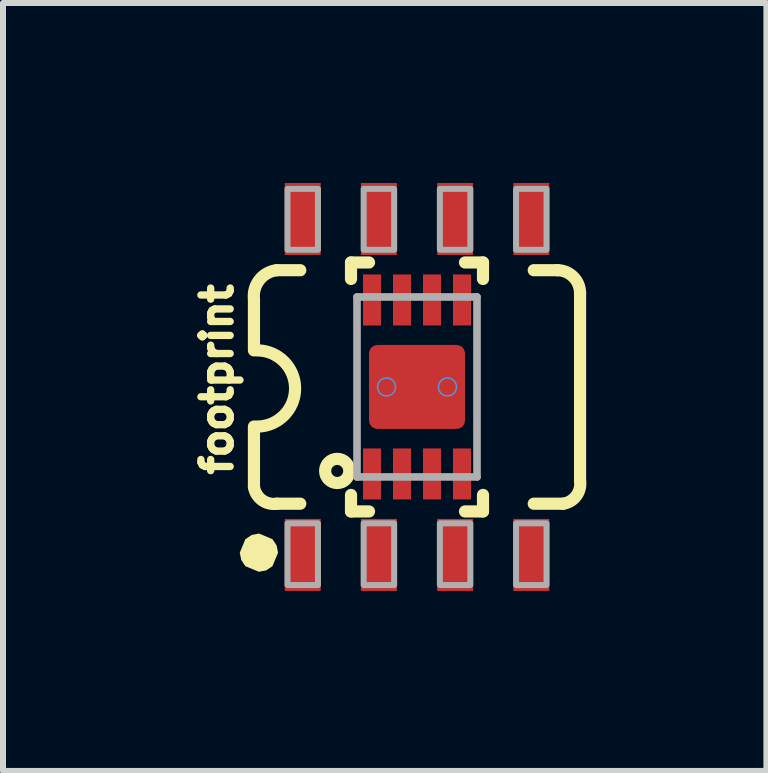
<source format=kicad_pcb>
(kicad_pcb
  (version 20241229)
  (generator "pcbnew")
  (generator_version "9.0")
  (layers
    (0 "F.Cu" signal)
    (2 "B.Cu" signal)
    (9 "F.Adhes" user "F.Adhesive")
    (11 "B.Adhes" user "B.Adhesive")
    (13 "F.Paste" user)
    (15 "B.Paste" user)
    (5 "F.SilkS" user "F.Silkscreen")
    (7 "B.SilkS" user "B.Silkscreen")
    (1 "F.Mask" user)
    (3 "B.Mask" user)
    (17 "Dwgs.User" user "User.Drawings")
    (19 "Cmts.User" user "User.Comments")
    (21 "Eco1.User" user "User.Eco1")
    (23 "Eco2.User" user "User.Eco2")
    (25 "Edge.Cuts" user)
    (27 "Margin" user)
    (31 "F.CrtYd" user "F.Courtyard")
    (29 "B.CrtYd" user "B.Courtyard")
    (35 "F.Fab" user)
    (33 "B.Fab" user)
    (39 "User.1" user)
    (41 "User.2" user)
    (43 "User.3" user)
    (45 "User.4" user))
  (footprint "footprint"
    (layer "F.Cu")
    (at 3.901 3.4)
    (property "Reference" "footprint" (at -3.048 -0.127 90) (layer "F.SilkS") (effects (font (size 0.488 0.488) (thickness 0.122)) (justify bottom)))
    (fp_line (start -2.718 -1.453) (end -2.718 -0.61) (stroke (width 0.203) (type solid)) (layer "F.SilkS"))
    (fp_line (start -2.718 1.665) (end -2.718 0.66) (stroke (width 0.203) (type solid)) (layer "F.SilkS"))
    (fp_line (start -2.337 1.946) (end -1.946 1.946) (stroke (width 0.203) (type solid)) (layer "F.SilkS"))
    (fp_line (start -1.946 -1.946) (end -2.337 -1.946) (stroke (width 0.203) (type solid)) (layer "F.SilkS"))
    (fp_line (start -1.1 -2.075) (end -0.8 -2.075) (stroke (width 0.203) (type solid)) (layer "F.SilkS"))
    (fp_line (start -1.1 -1.8) (end -1.1 -2.075) (stroke (width 0.203) (type solid)) (layer "F.SilkS"))
    (fp_line (start -1.1 2.075) (end -1.1 1.8) (stroke (width 0.203) (type solid)) (layer "F.SilkS"))
    (fp_line (start -0.8 2.075) (end -1.1 2.075) (stroke (width 0.203) (type solid)) (layer "F.SilkS"))
    (fp_line (start 0.8 -2.075) (end 1.1 -2.075) (stroke (width 0.203) (type solid)) (layer "F.SilkS"))
    (fp_line (start 1.1 -2.075) (end 1.1 -1.8) (stroke (width 0.203) (type solid)) (layer "F.SilkS"))
    (fp_line (start 1.1 1.8) (end 1.1 2.075) (stroke (width 0.203) (type solid)) (layer "F.SilkS"))
    (fp_line (start 1.1 2.075) (end 0.8 2.075) (stroke (width 0.203) (type solid)) (layer "F.SilkS"))
    (fp_line (start 1.946 1.946) (end 2.437 1.946) (stroke (width 0.203) (type solid)) (layer "F.SilkS"))
    (fp_line (start 2.337 -1.946) (end 1.946 -1.946) (stroke (width 0.203) (type solid)) (layer "F.SilkS"))
    (fp_line (start 2.718 1.565) (end 2.718 -1.565) (stroke (width 0.203) (type solid)) (layer "F.SilkS"))
    (fp_arc (start -2.7178 -1.4653) (mid -2.626948 -1.784731) (end -2.3368 -1.9463) (stroke (width 0.2032) (type solid)) (layer "F.SilkS"))
    (fp_arc (start -2.667 -0.6096) (mid -2.032 0.0254) (end -2.667 0.6604) (stroke (width 0.2032) (type solid)) (layer "F.SilkS"))
    (fp_arc (start -2.336799 1.946301) (mid -2.58554 1.884767) (end -2.7178 1.6653) (stroke (width 0.2032) (type solid)) (layer "F.SilkS"))
    (fp_arc (start 2.3368 -1.9463) (mid 2.606237 -1.834736) (end 2.7178 -1.565298) (stroke (width 0.2032) (type solid)) (layer "F.SilkS"))
    (fp_arc (start 2.7178 1.5653) (mid 2.656208 1.813997) (end 2.4368 1.9463) (stroke (width 0.2032) (type solid)) (layer "F.SilkS"))
    (fp_circle (center -1.33 1.4) (end -1.23 1.4) (stroke (width 0.203) (type solid)) (fill no) (layer "F.SilkS"))
    (fp_poly (pts (xy -2.41 2.537) (xy -2.341 2.64) (xy -2.316 2.762) (xy -2.41 2.988) (xy -2.513 3.057) (xy -2.635 3.081) (xy -2.861 2.988) (xy -2.93 2.884) (xy -2.954 2.762) (xy -2.861 2.537) (xy -2.757 2.468) (xy -2.635 2.443)) (stroke (width 0) (type solid)) (fill yes) (layer "F.SilkS"))
    (fp_poly (pts (xy -0.635 0.381) (xy 0.635 0.381) (xy 0.635 -0.381) (xy -0.635 -0.381)) (stroke (width 0) (type solid)) (fill yes) (layer "F.Paste"))
    (fp_circle (center -0.508 0) (end -0.358 0) (stroke (width 0.025) (type solid)) (fill no) (layer "Cmts.User"))
    (fp_circle (center 0.508 0) (end 0.658 0) (stroke (width 0.025) (type solid)) (fill no) (layer "Cmts.User"))
    (fp_line (start -1 -1.5) (end 1 -1.5) (stroke (width 0.127) (type solid)) (layer "F.Fab"))
    (fp_line (start -1 1.5) (end -1 -1.5) (stroke (width 0.127) (type solid)) (layer "F.Fab"))
    (fp_line (start 1 -1.5) (end 1 1.5) (stroke (width 0.127) (type solid)) (layer "F.Fab"))
    (fp_line (start 1 1.5) (end -1 1.5) (stroke (width 0.127) (type solid)) (layer "F.Fab"))
    (fp_poly (pts (xy -2.159 -2.286) (xy -1.651 -2.286) (xy -1.651 -3.302) (xy -2.159 -3.302)) (stroke (width 0.1) (type solid)) (fill no) (layer "F.Fab"))
    (fp_poly (pts (xy -2.159 3.302) (xy -1.651 3.302) (xy -1.651 2.273) (xy -2.159 2.273)) (stroke (width 0.1) (type solid)) (fill no) (layer "F.Fab"))
    (fp_poly (pts (xy -0.889 -2.286) (xy -0.381 -2.286) (xy -0.381 -3.302) (xy -0.889 -3.302)) (stroke (width 0.1) (type solid)) (fill no) (layer "F.Fab"))
    (fp_poly (pts (xy -0.889 3.302) (xy -0.381 3.302) (xy -0.381 2.273) (xy -0.889 2.273)) (stroke (width 0.1) (type solid)) (fill no) (layer "F.Fab"))
    (fp_poly (pts (xy 0.381 -2.286) (xy 0.889 -2.286) (xy 0.889 -3.302) (xy 0.381 -3.302)) (stroke (width 0.1) (type solid)) (fill no) (layer "F.Fab"))
    (fp_poly (pts (xy 0.381 3.302) (xy 0.889 3.302) (xy 0.889 2.273) (xy 0.381 2.273)) (stroke (width 0.1) (type solid)) (fill no) (layer "F.Fab"))
    (fp_poly (pts (xy 1.651 -2.286) (xy 2.159 -2.286) (xy 2.159 -3.302) (xy 1.651 -3.302)) (stroke (width 0.1) (type solid)) (fill no) (layer "F.Fab"))
    (fp_poly (pts (xy 1.651 3.302) (xy 2.159 3.302) (xy 2.159 2.273) (xy 1.651 2.273)) (stroke (width 0.1) (type solid)) (fill no) (layer "F.Fab"))
    (pad "1" smd rect (at -0.75 1.45) (size 0.3 0.85) (layers "F.Cu" "F.Mask" "F.Paste"))
    (pad "1S" smd rect (at -1.905 2.8) (size 0.6 1.2) (layers "F.Cu" "F.Mask" "F.Paste"))
    (pad "2" smd rect (at -0.25 1.45) (size 0.3 0.85) (layers "F.Cu" "F.Mask" "F.Paste"))
    (pad "2S" smd rect (at -0.635 2.8) (size 0.6 1.2) (layers "F.Cu" "F.Mask" "F.Paste"))
    (pad "3" smd rect (at 0.25 1.45) (size 0.3 0.85) (layers "F.Cu" "F.Mask" "F.Paste"))
    (pad "3S" smd rect (at 0.635 2.8) (size 0.6 1.2) (layers "F.Cu" "F.Mask" "F.Paste"))
    (pad "4" smd rect (at 0.75 1.45) (size 0.3 0.85) (layers "F.Cu" "F.Mask" "F.Paste"))
    (pad "4S" smd rect (at 1.905 2.8) (size 0.6 1.2) (layers "F.Cu" "F.Mask" "F.Paste"))
    (pad "5" smd rect (at 0.75 -1.45) (size 0.3 0.85) (layers "F.Cu" "F.Mask" "F.Paste"))
    (pad "5S" smd rect (at 1.905 -2.8) (size 0.6 1.2) (layers "F.Cu" "F.Mask" "F.Paste"))
    (pad "6" smd rect (at 0.25 -1.45) (size 0.3 0.85) (layers "F.Cu" "F.Mask" "F.Paste"))
    (pad "6S" smd rect (at 0.635 -2.8) (size 0.6 1.2) (layers "F.Cu" "F.Mask" "F.Paste"))
    (pad "7" smd rect (at -0.25 -1.45) (size 0.3 0.85) (layers "F.Cu" "F.Mask" "F.Paste"))
    (pad "7S" smd rect (at -0.635 -2.8) (size 0.6 1.2) (layers "F.Cu" "F.Mask" "F.Paste"))
    (pad "8" smd rect (at -0.75 -1.45) (size 0.3 0.85) (layers "F.Cu" "F.Mask" "F.Paste"))
    (pad "8S" smd rect (at -1.905 -2.8) (size 0.6 1.2) (layers "F.Cu" "F.Mask" "F.Paste"))
    (pad "P" smd roundrect (at 0 0) (size 1.6 1.4) (layers "F.Cu" "F.Mask") (roundrect_rratio 0.1)))
  (gr_rect
    (start -3 -3)
    (end 9.725 9.8)
    (stroke (width 0.1) (type default))
    (fill no)
    (layer "Edge.Cuts")))
</source>
